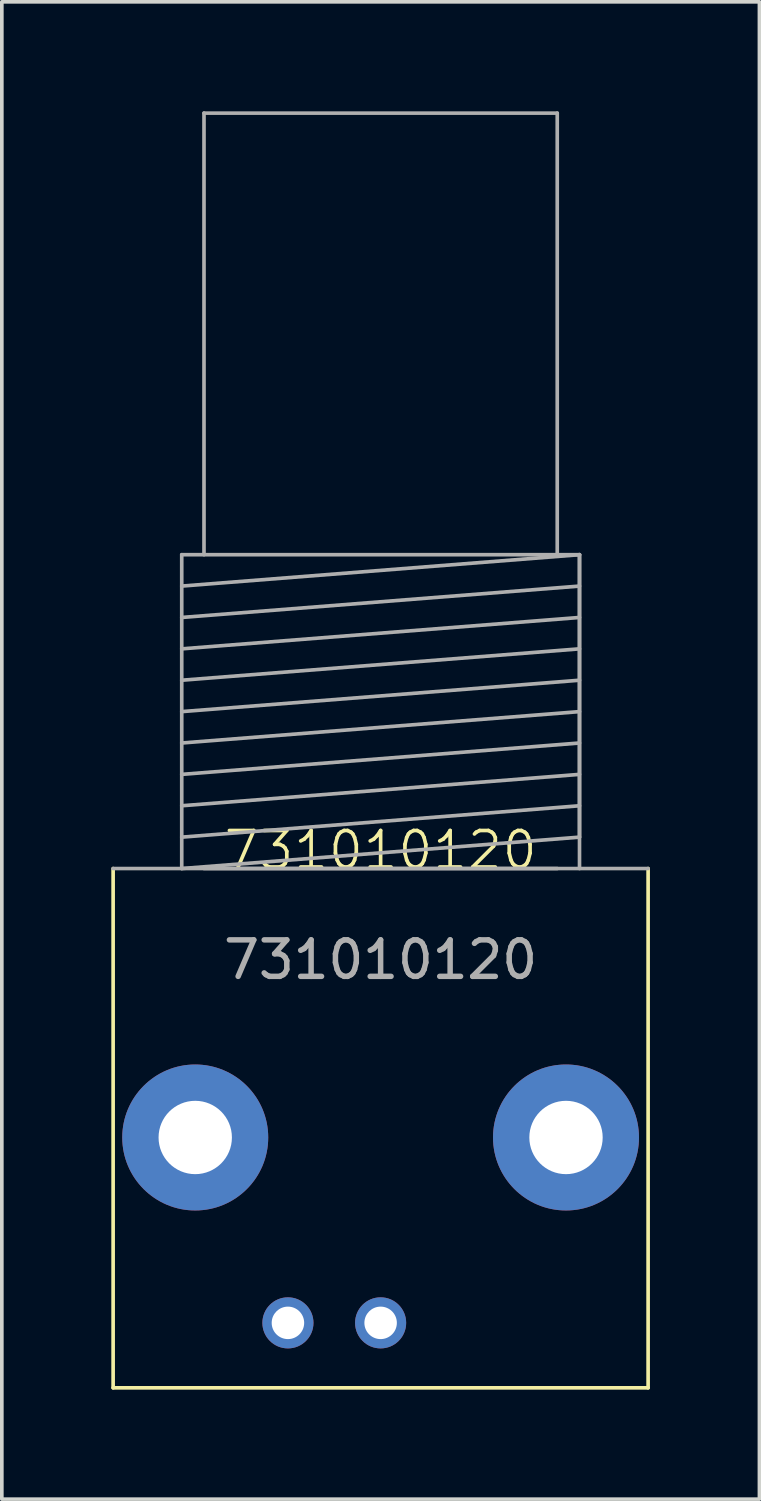
<source format=kicad_pcb>
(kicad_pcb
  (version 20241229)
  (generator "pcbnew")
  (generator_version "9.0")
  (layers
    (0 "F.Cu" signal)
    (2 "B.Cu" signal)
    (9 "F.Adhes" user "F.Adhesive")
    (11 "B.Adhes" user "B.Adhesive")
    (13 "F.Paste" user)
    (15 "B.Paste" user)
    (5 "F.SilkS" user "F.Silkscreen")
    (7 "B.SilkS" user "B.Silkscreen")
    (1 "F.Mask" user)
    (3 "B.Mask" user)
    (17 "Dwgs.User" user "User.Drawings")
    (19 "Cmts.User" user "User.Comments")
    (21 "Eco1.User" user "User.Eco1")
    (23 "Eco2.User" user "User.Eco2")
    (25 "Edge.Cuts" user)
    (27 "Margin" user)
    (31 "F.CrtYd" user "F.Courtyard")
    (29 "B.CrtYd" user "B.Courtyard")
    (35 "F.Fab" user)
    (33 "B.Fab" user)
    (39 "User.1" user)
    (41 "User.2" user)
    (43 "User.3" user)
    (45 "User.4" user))
  (footprint "731010120"
    (layer "F.Cu")
    (at 7.38 20.75)
    (property "Reference" "731010120" (at 0 -0.5 0) (unlocked yes) (layer "F.SilkS") (effects (font (size 1 1) (thickness 0.1))))
    (attr through_hole)
    (fp_line (start -7.33 14.23) (end -7.33 0) (stroke (width 0.1) (type default)) (layer "F.SilkS"))
    (fp_line (start 7.33 0) (end 7.33 14.23) (stroke (width 0.1) (type default)) (layer "F.SilkS"))
    (fp_line (start 7.33 14.23) (end -7.33 14.23) (stroke (width 0.1) (type default)) (layer "F.SilkS"))
    (fp_line (start -7.33 0) (end 7.33 0) (stroke (width 0.1) (type default)) (layer "F.Fab"))
    (fp_line (start -5.45 -8.6) (end -5.45 0) (stroke (width 0.1) (type default)) (layer "F.Fab"))
    (fp_line (start -5.45 -7.74) (end 5.45 -8.6) (stroke (width 0.1) (type default)) (layer "F.Fab"))
    (fp_line (start -5.45 -6.88) (end 5.45 -7.74) (stroke (width 0.1) (type default)) (layer "F.Fab"))
    (fp_line (start -5.45 -6.02) (end 5.45 -6.88) (stroke (width 0.1) (type default)) (layer "F.Fab"))
    (fp_line (start -5.45 -5.16) (end 5.45 -6.02) (stroke (width 0.1) (type default)) (layer "F.Fab"))
    (fp_line (start -5.45 -4.3) (end 5.45 -5.16) (stroke (width 0.1) (type default)) (layer "F.Fab"))
    (fp_line (start -5.45 -3.44) (end 5.45 -4.3) (stroke (width 0.1) (type default)) (layer "F.Fab"))
    (fp_line (start -5.45 -2.58) (end 5.45 -3.44) (stroke (width 0.1) (type default)) (layer "F.Fab"))
    (fp_line (start -5.45 -1.72) (end 5.45 -2.58) (stroke (width 0.1) (type default)) (layer "F.Fab"))
    (fp_line (start -5.45 -0.86) (end 5.45 -1.72) (stroke (width 0.1) (type default)) (layer "F.Fab"))
    (fp_line (start -4.84 -20.7) (end 4.84 -20.7) (stroke (width 0.1) (type default)) (layer "F.Fab"))
    (fp_line (start -4.84 -8.6) (end -4.84 -20.7) (stroke (width 0.1) (type default)) (layer "F.Fab"))
    (fp_line (start 4.84 -20.7) (end 4.84 -8.6) (stroke (width 0.1) (type default)) (layer "F.Fab"))
    (fp_line (start 4.84 0) (end -4.84 0) (stroke (width 0.1) (type default)) (layer "F.Fab"))
    (fp_line (start 5.45 -8.6) (end -5.45 -8.6) (stroke (width 0.1) (type default)) (layer "F.Fab"))
    (fp_line (start 5.45 -8.6) (end 5.45 -0.86) (stroke (width 0.1) (type default)) (layer "F.Fab"))
    (fp_line (start 5.45 -0.86) (end -5.45 0) (stroke (width 0.1) (type default)) (layer "F.Fab"))
    (fp_line (start 5.45 0) (end 5.45 -8.6) (stroke (width 0.1) (type default)) (layer "F.Fab"))
    (fp_text user "${REFERENCE}" (at 0 2.5 0) (unlocked yes) (layer "F.Fab") (effects (font (size 1 1) (thickness 0.15))))
    (pad "1" thru_hole circle (at 0 12.45) (size 1.4 1.4) (drill 0.89) (layers "*.Cu" "*.Mask"))
    (pad "2" thru_hole circle (at -5.08 7.37) (size 4 4) (drill 2.01) (layers "*.Cu" "*.Mask"))
    (pad "2" thru_hole circle (at -2.54 12.45) (size 1.4 1.4) (drill 0.89) (layers "*.Cu" "*.Mask"))
    (pad "2" thru_hole circle (at 5.08 7.37) (size 4 4) (drill 2.01) (layers "*.Cu" "*.Mask")))
  (gr_rect
    (start -3 -3)
    (end 17.76 38.03)
    (stroke (width 0.1) (type default))
    (fill no)
    (layer "Edge.Cuts")))
</source>
